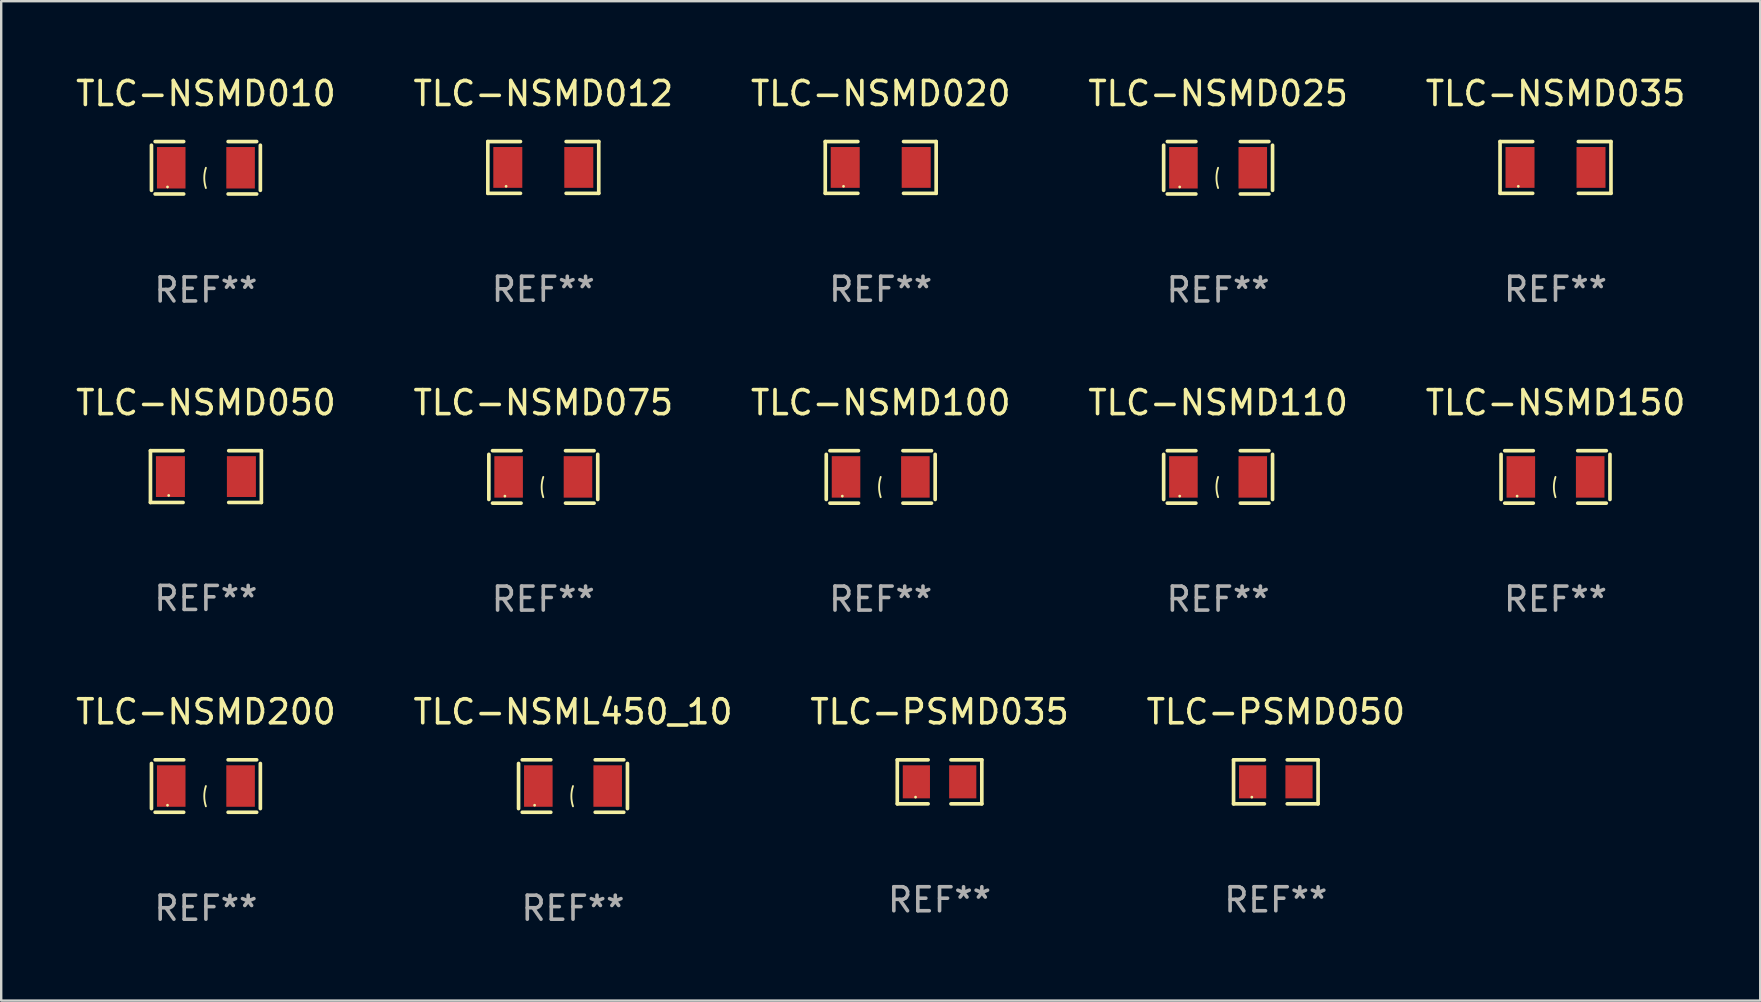
<source format=kicad_pcb>
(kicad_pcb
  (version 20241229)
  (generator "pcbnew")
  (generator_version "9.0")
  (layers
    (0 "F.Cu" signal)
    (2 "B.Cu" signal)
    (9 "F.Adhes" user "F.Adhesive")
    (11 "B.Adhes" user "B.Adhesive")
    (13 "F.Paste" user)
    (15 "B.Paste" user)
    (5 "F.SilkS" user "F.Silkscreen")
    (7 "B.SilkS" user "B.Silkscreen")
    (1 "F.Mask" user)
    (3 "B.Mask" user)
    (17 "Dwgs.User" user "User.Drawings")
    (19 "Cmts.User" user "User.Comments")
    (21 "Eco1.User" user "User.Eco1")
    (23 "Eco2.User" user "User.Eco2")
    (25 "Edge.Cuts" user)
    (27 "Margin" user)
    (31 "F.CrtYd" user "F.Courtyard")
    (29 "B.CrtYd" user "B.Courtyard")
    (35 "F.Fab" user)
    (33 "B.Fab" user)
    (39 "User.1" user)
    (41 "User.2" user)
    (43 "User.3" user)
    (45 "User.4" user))
  (footprint "TLC-PSMD035"
    (layer "F.Cu")
    (at 36.101 29.529)
    (property "Reference" "TLC-PSMD035" (at 0 -2.917 0) (layer "F.SilkS") (effects (font (size 1 1) (thickness 0.15))))
    (attr through_hole)
    (fp_line (start -1.761 -0.917) (end -0.476 -0.917) (stroke (width 0.152) (type solid)) (layer "F.SilkS"))
    (fp_line (start -1.761 0.917) (end -1.761 -0.917) (stroke (width 0.152) (type solid)) (layer "F.SilkS"))
    (fp_line (start -0.476 0.917) (end -1.761 0.917) (stroke (width 0.152) (type solid)) (layer "F.SilkS"))
    (fp_line (start 0.476 0.917) (end 1.761 0.917) (stroke (width 0.152) (type solid)) (layer "F.SilkS"))
    (fp_line (start 1.761 -0.917) (end 0.476 -0.917) (stroke (width 0.152) (type solid)) (layer "F.SilkS"))
    (fp_line (start 1.761 0.917) (end 1.761 -0.917) (stroke (width 0.152) (type solid)) (layer "F.SilkS"))
    (fp_circle (center -1 0.638) (end -0.97 0.638) (stroke (width 0.06) (type solid)) (fill no) (layer "F.SilkS"))
    (fp_text user "REF**" (at 0 4.917 0) (layer "F.Fab") (effects (font (size 1 1) (thickness 0.15))))
    (pad "1" smd rect (at -0.966 0) (size 1.133 1.377) (layers "F.Cu" "F.Mask" "F.Paste"))
    (pad "2" smd rect (at 0.966 0) (size 1.133 1.377) (layers "F.Cu" "F.Mask" "F.Paste")))
  (footprint "TLC-NSMD050"
    (layer "F.Cu")
    (at 5.53 16.809)
    (property "Reference" "TLC-NSMD050" (at 0 -3.079 0) (layer "F.SilkS") (effects (font (size 1 1) (thickness 0.15))))
    (attr through_hole)
    (fp_line (start -2.311 -1.079) (end -0.951 -1.079) (stroke (width 0.152) (type solid)) (layer "F.SilkS"))
    (fp_line (start -2.311 1.079) (end -2.311 -1.079) (stroke (width 0.152) (type solid)) (layer "F.SilkS"))
    (fp_line (start -0.951 1.079) (end -2.311 1.079) (stroke (width 0.152) (type solid)) (layer "F.SilkS"))
    (fp_line (start 0.951 1.079) (end 2.311 1.079) (stroke (width 0.152) (type solid)) (layer "F.SilkS"))
    (fp_line (start 2.311 -1.079) (end 0.951 -1.079) (stroke (width 0.152) (type solid)) (layer "F.SilkS"))
    (fp_line (start 2.311 1.079) (end 2.311 -1.079) (stroke (width 0.152) (type solid)) (layer "F.SilkS"))
    (fp_circle (center -1.55 0.787) (end -1.52 0.787) (stroke (width 0.06) (type solid)) (fill no) (layer "F.SilkS"))
    (fp_text user "REF**" (at 0 5.079 0) (layer "F.Fab") (effects (font (size 1 1) (thickness 0.15))))
    (pad "1" smd rect (at -1.479 0) (size 1.208 1.701) (layers "F.Cu" "F.Mask" "F.Paste"))
    (pad "2" smd rect (at 1.479 0) (size 1.208 1.701) (layers "F.Cu" "F.Mask" "F.Paste")))
  (footprint "TLC-NSMD012"
    (layer "F.Cu")
    (at 19.589 3.927)
    (property "Reference" "TLC-NSMD012" (at 0 -3.079 0) (layer "F.SilkS") (effects (font (size 1 1) (thickness 0.15))))
    (attr through_hole)
    (fp_line (start -2.311 -1.079) (end -0.951 -1.079) (stroke (width 0.152) (type solid)) (layer "F.SilkS"))
    (fp_line (start -2.311 1.079) (end -2.311 -1.079) (stroke (width 0.152) (type solid)) (layer "F.SilkS"))
    (fp_line (start -0.951 1.079) (end -2.311 1.079) (stroke (width 0.152) (type solid)) (layer "F.SilkS"))
    (fp_line (start 0.951 1.079) (end 2.311 1.079) (stroke (width 0.152) (type solid)) (layer "F.SilkS"))
    (fp_line (start 2.311 -1.079) (end 0.951 -1.079) (stroke (width 0.152) (type solid)) (layer "F.SilkS"))
    (fp_line (start 2.311 1.079) (end 2.311 -1.079) (stroke (width 0.152) (type solid)) (layer "F.SilkS"))
    (fp_circle (center -1.55 0.787) (end -1.52 0.787) (stroke (width 0.06) (type solid)) (fill no) (layer "F.SilkS"))
    (fp_text user "REF**" (at 0 5.079 0) (layer "F.Fab") (effects (font (size 1 1) (thickness 0.15))))
    (pad "1" smd rect (at -1.479 0) (size 1.208 1.701) (layers "F.Cu" "F.Mask" "F.Paste"))
    (pad "2" smd rect (at 1.479 0) (size 1.208 1.701) (layers "F.Cu" "F.Mask" "F.Paste")))
  (footprint "TLC-NSMD035"
    (layer "F.Cu")
    (at 61.768 3.927)
    (property "Reference" "TLC-NSMD035" (at 0 -3.079 0) (layer "F.SilkS") (effects (font (size 1 1) (thickness 0.15))))
    (attr through_hole)
    (fp_line (start -2.311 -1.079) (end -0.951 -1.079) (stroke (width 0.152) (type solid)) (layer "F.SilkS"))
    (fp_line (start -2.311 1.079) (end -2.311 -1.079) (stroke (width 0.152) (type solid)) (layer "F.SilkS"))
    (fp_line (start -0.951 1.079) (end -2.311 1.079) (stroke (width 0.152) (type solid)) (layer "F.SilkS"))
    (fp_line (start 0.951 1.079) (end 2.311 1.079) (stroke (width 0.152) (type solid)) (layer "F.SilkS"))
    (fp_line (start 2.311 -1.079) (end 0.951 -1.079) (stroke (width 0.152) (type solid)) (layer "F.SilkS"))
    (fp_line (start 2.311 1.079) (end 2.311 -1.079) (stroke (width 0.152) (type solid)) (layer "F.SilkS"))
    (fp_circle (center -1.55 0.787) (end -1.52 0.787) (stroke (width 0.06) (type solid)) (fill no) (layer "F.SilkS"))
    (fp_text user "REF**" (at 0 5.079 0) (layer "F.Fab") (effects (font (size 1 1) (thickness 0.15))))
    (pad "1" smd rect (at -1.479 0) (size 1.208 1.701) (layers "F.Cu" "F.Mask" "F.Paste"))
    (pad "2" smd rect (at 1.479 0) (size 1.208 1.701) (layers "F.Cu" "F.Mask" "F.Paste")))
  (footprint "TLC-NSMD075"
    (layer "F.Cu")
    (at 19.589 16.823)
    (property "Reference" "TLC-NSMD075" (at 0 -3.093 0) (layer "F.SilkS") (effects (font (size 1 1) (thickness 0.15))))
    (attr through_hole)
    (fp_line (start -2.269 -0.94) (end -2.269 0.94) (stroke (width 0.152) (type solid)) (layer "F.SilkS"))
    (fp_line (start -2.116 1.093) (end -0.926 1.093) (stroke (width 0.152) (type solid)) (layer "F.SilkS"))
    (fp_line (start -0.926 -1.093) (end -2.116 -1.093) (stroke (width 0.152) (type solid)) (layer "F.SilkS"))
    (fp_line (start 0.926 -1.093) (end 2.116 -1.093) (stroke (width 0.152) (type solid)) (layer "F.SilkS"))
    (fp_line (start 2.116 1.093) (end 0.926 1.093) (stroke (width 0.152) (type solid)) (layer "F.SilkS"))
    (fp_line (start 2.269 -0.94) (end 2.269 0.94) (stroke (width 0.152) (type solid)) (layer "F.SilkS"))
    (fp_arc (start 0 0.844951) (mid -0.068559 0.422475) (end 0 0) (stroke (width 0.0762) (type solid)) (layer "F.SilkS"))
    (fp_circle (center -1.6 0.8) (end -1.57 0.8) (stroke (width 0.06) (type solid)) (fill no) (layer "F.SilkS"))
    (fp_text user "REF**" (at 0 5.093 0) (layer "F.Fab") (effects (font (size 1 1) (thickness 0.15))))
    (pad "1" smd rect (at -1.445 0) (size 1.19 1.728) (layers "F.Cu" "F.Mask" "F.Paste"))
    (pad "2" smd rect (at 1.445 0) (size 1.19 1.728) (layers "F.Cu" "F.Mask" "F.Paste")))
  (footprint "TLC-NSMD200"
    (layer "F.Cu")
    (at 5.53 29.704)
    (property "Reference" "TLC-NSMD200" (at 0 -3.093 0) (layer "F.SilkS") (effects (font (size 1 1) (thickness 0.15))))
    (attr through_hole)
    (fp_line (start -2.269 -0.94) (end -2.269 0.94) (stroke (width 0.152) (type solid)) (layer "F.SilkS"))
    (fp_line (start -2.116 1.093) (end -0.926 1.093) (stroke (width 0.152) (type solid)) (layer "F.SilkS"))
    (fp_line (start -0.926 -1.093) (end -2.116 -1.093) (stroke (width 0.152) (type solid)) (layer "F.SilkS"))
    (fp_line (start 0.926 -1.093) (end 2.116 -1.093) (stroke (width 0.152) (type solid)) (layer "F.SilkS"))
    (fp_line (start 2.116 1.093) (end 0.926 1.093) (stroke (width 0.152) (type solid)) (layer "F.SilkS"))
    (fp_line (start 2.269 -0.94) (end 2.269 0.94) (stroke (width 0.152) (type solid)) (layer "F.SilkS"))
    (fp_arc (start 0 0.844951) (mid -0.068559 0.422475) (end 0 0) (stroke (width 0.0762) (type solid)) (layer "F.SilkS"))
    (fp_circle (center -1.6 0.8) (end -1.57 0.8) (stroke (width 0.06) (type solid)) (fill no) (layer "F.SilkS"))
    (fp_text user "REF**" (at 0 5.093 0) (layer "F.Fab") (effects (font (size 1 1) (thickness 0.15))))
    (pad "1" smd rect (at -1.445 0) (size 1.19 1.728) (layers "F.Cu" "F.Mask" "F.Paste"))
    (pad "2" smd rect (at 1.445 0) (size 1.19 1.728) (layers "F.Cu" "F.Mask" "F.Paste")))
  (footprint "TLC-NSMD110"
    (layer "F.Cu")
    (at 47.708 16.823)
    (property "Reference" "TLC-NSMD110" (at 0 -3.093 0) (layer "F.SilkS") (effects (font (size 1 1) (thickness 0.15))))
    (attr through_hole)
    (fp_line (start -2.269 -0.94) (end -2.269 0.94) (stroke (width 0.152) (type solid)) (layer "F.SilkS"))
    (fp_line (start -2.116 1.093) (end -0.926 1.093) (stroke (width 0.152) (type solid)) (layer "F.SilkS"))
    (fp_line (start -0.926 -1.093) (end -2.116 -1.093) (stroke (width 0.152) (type solid)) (layer "F.SilkS"))
    (fp_line (start 0.926 -1.093) (end 2.116 -1.093) (stroke (width 0.152) (type solid)) (layer "F.SilkS"))
    (fp_line (start 2.116 1.093) (end 0.926 1.093) (stroke (width 0.152) (type solid)) (layer "F.SilkS"))
    (fp_line (start 2.269 -0.94) (end 2.269 0.94) (stroke (width 0.152) (type solid)) (layer "F.SilkS"))
    (fp_arc (start 0 0.844951) (mid -0.068559 0.422475) (end 0 0) (stroke (width 0.0762) (type solid)) (layer "F.SilkS"))
    (fp_circle (center -1.6 0.8) (end -1.57 0.8) (stroke (width 0.06) (type solid)) (fill no) (layer "F.SilkS"))
    (fp_text user "REF**" (at 0 5.093 0) (layer "F.Fab") (effects (font (size 1 1) (thickness 0.15))))
    (pad "1" smd rect (at -1.445 0) (size 1.19 1.728) (layers "F.Cu" "F.Mask" "F.Paste"))
    (pad "2" smd rect (at 1.445 0) (size 1.19 1.728) (layers "F.Cu" "F.Mask" "F.Paste")))
  (footprint "TLC-NSMD025"
    (layer "F.Cu")
    (at 47.708 3.941)
    (property "Reference" "TLC-NSMD025" (at 0 -3.093 0) (layer "F.SilkS") (effects (font (size 1 1) (thickness 0.15))))
    (attr through_hole)
    (fp_line (start -2.269 -0.94) (end -2.269 0.94) (stroke (width 0.152) (type solid)) (layer "F.SilkS"))
    (fp_line (start -2.116 1.093) (end -0.926 1.093) (stroke (width 0.152) (type solid)) (layer "F.SilkS"))
    (fp_line (start -0.926 -1.093) (end -2.116 -1.093) (stroke (width 0.152) (type solid)) (layer "F.SilkS"))
    (fp_line (start 0.926 -1.093) (end 2.116 -1.093) (stroke (width 0.152) (type solid)) (layer "F.SilkS"))
    (fp_line (start 2.116 1.093) (end 0.926 1.093) (stroke (width 0.152) (type solid)) (layer "F.SilkS"))
    (fp_line (start 2.269 -0.94) (end 2.269 0.94) (stroke (width 0.152) (type solid)) (layer "F.SilkS"))
    (fp_arc (start 0 0.844951) (mid -0.068559 0.422475) (end 0 0) (stroke (width 0.0762) (type solid)) (layer "F.SilkS"))
    (fp_circle (center -1.6 0.8) (end -1.57 0.8) (stroke (width 0.06) (type solid)) (fill no) (layer "F.SilkS"))
    (fp_text user "REF**" (at 0 5.093 0) (layer "F.Fab") (effects (font (size 1 1) (thickness 0.15))))
    (pad "1" smd rect (at -1.445 0) (size 1.19 1.728) (layers "F.Cu" "F.Mask" "F.Paste"))
    (pad "2" smd rect (at 1.445 0) (size 1.19 1.728) (layers "F.Cu" "F.Mask" "F.Paste")))
  (footprint "TLC-NSMD020"
    (layer "F.Cu")
    (at 33.649 3.927)
    (property "Reference" "TLC-NSMD020" (at 0 -3.079 0) (layer "F.SilkS") (effects (font (size 1 1) (thickness 0.15))))
    (attr through_hole)
    (fp_line (start -2.311 -1.079) (end -0.951 -1.079) (stroke (width 0.152) (type solid)) (layer "F.SilkS"))
    (fp_line (start -2.311 1.079) (end -2.311 -1.079) (stroke (width 0.152) (type solid)) (layer "F.SilkS"))
    (fp_line (start -0.951 1.079) (end -2.311 1.079) (stroke (width 0.152) (type solid)) (layer "F.SilkS"))
    (fp_line (start 0.951 1.079) (end 2.311 1.079) (stroke (width 0.152) (type solid)) (layer "F.SilkS"))
    (fp_line (start 2.311 -1.079) (end 0.951 -1.079) (stroke (width 0.152) (type solid)) (layer "F.SilkS"))
    (fp_line (start 2.311 1.079) (end 2.311 -1.079) (stroke (width 0.152) (type solid)) (layer "F.SilkS"))
    (fp_circle (center -1.55 0.787) (end -1.52 0.787) (stroke (width 0.06) (type solid)) (fill no) (layer "F.SilkS"))
    (fp_text user "REF**" (at 0 5.079 0) (layer "F.Fab") (effects (font (size 1 1) (thickness 0.15))))
    (pad "1" smd rect (at -1.479 0) (size 1.208 1.701) (layers "F.Cu" "F.Mask" "F.Paste"))
    (pad "2" smd rect (at 1.479 0) (size 1.208 1.701) (layers "F.Cu" "F.Mask" "F.Paste")))
  (footprint "TLC-NSMD150"
    (layer "F.Cu")
    (at 61.768 16.823)
    (property "Reference" "TLC-NSMD150" (at 0 -3.093 0) (layer "F.SilkS") (effects (font (size 1 1) (thickness 0.15))))
    (attr through_hole)
    (fp_line (start -2.269 -0.94) (end -2.269 0.94) (stroke (width 0.152) (type solid)) (layer "F.SilkS"))
    (fp_line (start -2.116 1.093) (end -0.926 1.093) (stroke (width 0.152) (type solid)) (layer "F.SilkS"))
    (fp_line (start -0.926 -1.093) (end -2.116 -1.093) (stroke (width 0.152) (type solid)) (layer "F.SilkS"))
    (fp_line (start 0.926 -1.093) (end 2.116 -1.093) (stroke (width 0.152) (type solid)) (layer "F.SilkS"))
    (fp_line (start 2.116 1.093) (end 0.926 1.093) (stroke (width 0.152) (type solid)) (layer "F.SilkS"))
    (fp_line (start 2.269 -0.94) (end 2.269 0.94) (stroke (width 0.152) (type solid)) (layer "F.SilkS"))
    (fp_arc (start 0 0.844951) (mid -0.068559 0.422475) (end 0 0) (stroke (width 0.0762) (type solid)) (layer "F.SilkS"))
    (fp_circle (center -1.6 0.8) (end -1.57 0.8) (stroke (width 0.06) (type solid)) (fill no) (layer "F.SilkS"))
    (fp_text user "REF**" (at 0 5.093 0) (layer "F.Fab") (effects (font (size 1 1) (thickness 0.15))))
    (pad "1" smd rect (at -1.445 0) (size 1.19 1.728) (layers "F.Cu" "F.Mask" "F.Paste"))
    (pad "2" smd rect (at 1.445 0) (size 1.19 1.728) (layers "F.Cu" "F.Mask" "F.Paste")))
  (footprint "TLC-NSML450_10"
    (layer "F.Cu")
    (at 20.827 29.704)
    (property "Reference" "TLC-NSML450_10" (at 0 -3.093 0) (layer "F.SilkS") (effects (font (size 1 1) (thickness 0.15))))
    (attr through_hole)
    (fp_line (start -2.269 -0.94) (end -2.269 0.94) (stroke (width 0.152) (type solid)) (layer "F.SilkS"))
    (fp_line (start -2.116 1.093) (end -0.926 1.093) (stroke (width 0.152) (type solid)) (layer "F.SilkS"))
    (fp_line (start -0.926 -1.093) (end -2.116 -1.093) (stroke (width 0.152) (type solid)) (layer "F.SilkS"))
    (fp_line (start 0.926 -1.093) (end 2.116 -1.093) (stroke (width 0.152) (type solid)) (layer "F.SilkS"))
    (fp_line (start 2.116 1.093) (end 0.926 1.093) (stroke (width 0.152) (type solid)) (layer "F.SilkS"))
    (fp_line (start 2.269 -0.94) (end 2.269 0.94) (stroke (width 0.152) (type solid)) (layer "F.SilkS"))
    (fp_arc (start 0 0.844951) (mid -0.068559 0.422475) (end 0 0) (stroke (width 0.0762) (type solid)) (layer "F.SilkS"))
    (fp_circle (center -1.6 0.8) (end -1.57 0.8) (stroke (width 0.06) (type solid)) (fill no) (layer "F.SilkS"))
    (fp_text user "REF**" (at 0 5.093 0) (layer "F.Fab") (effects (font (size 1 1) (thickness 0.15))))
    (pad "1" smd rect (at -1.445 0) (size 1.19 1.728) (layers "F.Cu" "F.Mask" "F.Paste"))
    (pad "2" smd rect (at 1.445 0) (size 1.19 1.728) (layers "F.Cu" "F.Mask" "F.Paste")))
  (footprint "TLC-PSMD050"
    (layer "F.Cu")
    (at 50.113 29.529)
    (property "Reference" "TLC-PSMD050" (at 0 -2.917 0) (layer "F.SilkS") (effects (font (size 1 1) (thickness 0.15))))
    (attr through_hole)
    (fp_line (start -1.761 -0.917) (end -0.476 -0.917) (stroke (width 0.152) (type solid)) (layer "F.SilkS"))
    (fp_line (start -1.761 0.917) (end -1.761 -0.917) (stroke (width 0.152) (type solid)) (layer "F.SilkS"))
    (fp_line (start -0.476 0.917) (end -1.761 0.917) (stroke (width 0.152) (type solid)) (layer "F.SilkS"))
    (fp_line (start 0.476 0.917) (end 1.761 0.917) (stroke (width 0.152) (type solid)) (layer "F.SilkS"))
    (fp_line (start 1.761 -0.917) (end 0.476 -0.917) (stroke (width 0.152) (type solid)) (layer "F.SilkS"))
    (fp_line (start 1.761 0.917) (end 1.761 -0.917) (stroke (width 0.152) (type solid)) (layer "F.SilkS"))
    (fp_circle (center -1 0.638) (end -0.97 0.638) (stroke (width 0.06) (type solid)) (fill no) (layer "F.SilkS"))
    (fp_text user "REF**" (at 0 4.917 0) (layer "F.Fab") (effects (font (size 1 1) (thickness 0.15))))
    (pad "1" smd rect (at -0.966 0) (size 1.133 1.377) (layers "F.Cu" "F.Mask" "F.Paste"))
    (pad "2" smd rect (at 0.966 0) (size 1.133 1.377) (layers "F.Cu" "F.Mask" "F.Paste")))
  (footprint "TLC-NSMD100"
    (layer "F.Cu")
    (at 33.649 16.823)
    (property "Reference" "TLC-NSMD100" (at 0 -3.093 0) (layer "F.SilkS") (effects (font (size 1 1) (thickness 0.15))))
    (attr through_hole)
    (fp_line (start -2.269 -0.94) (end -2.269 0.94) (stroke (width 0.152) (type solid)) (layer "F.SilkS"))
    (fp_line (start -2.116 1.093) (end -0.926 1.093) (stroke (width 0.152) (type solid)) (layer "F.SilkS"))
    (fp_line (start -0.926 -1.093) (end -2.116 -1.093) (stroke (width 0.152) (type solid)) (layer "F.SilkS"))
    (fp_line (start 0.926 -1.093) (end 2.116 -1.093) (stroke (width 0.152) (type solid)) (layer "F.SilkS"))
    (fp_line (start 2.116 1.093) (end 0.926 1.093) (stroke (width 0.152) (type solid)) (layer "F.SilkS"))
    (fp_line (start 2.269 -0.94) (end 2.269 0.94) (stroke (width 0.152) (type solid)) (layer "F.SilkS"))
    (fp_arc (start 0 0.844951) (mid -0.068559 0.422475) (end 0 0) (stroke (width 0.0762) (type solid)) (layer "F.SilkS"))
    (fp_circle (center -1.6 0.8) (end -1.57 0.8) (stroke (width 0.06) (type solid)) (fill no) (layer "F.SilkS"))
    (fp_text user "REF**" (at 0 5.093 0) (layer "F.Fab") (effects (font (size 1 1) (thickness 0.15))))
    (pad "1" smd rect (at -1.445 0) (size 1.19 1.728) (layers "F.Cu" "F.Mask" "F.Paste"))
    (pad "2" smd rect (at 1.445 0) (size 1.19 1.728) (layers "F.Cu" "F.Mask" "F.Paste")))
  (footprint "TLC-NSMD010"
    (layer "F.Cu")
    (at 5.53 3.941)
    (property "Reference" "TLC-NSMD010" (at 0 -3.093 0) (layer "F.SilkS") (effects (font (size 1 1) (thickness 0.15))))
    (attr through_hole)
    (fp_line (start -2.269 -0.94) (end -2.269 0.94) (stroke (width 0.152) (type solid)) (layer "F.SilkS"))
    (fp_line (start -2.116 1.093) (end -0.926 1.093) (stroke (width 0.152) (type solid)) (layer "F.SilkS"))
    (fp_line (start -0.926 -1.093) (end -2.116 -1.093) (stroke (width 0.152) (type solid)) (layer "F.SilkS"))
    (fp_line (start 0.926 -1.093) (end 2.116 -1.093) (stroke (width 0.152) (type solid)) (layer "F.SilkS"))
    (fp_line (start 2.116 1.093) (end 0.926 1.093) (stroke (width 0.152) (type solid)) (layer "F.SilkS"))
    (fp_line (start 2.269 -0.94) (end 2.269 0.94) (stroke (width 0.152) (type solid)) (layer "F.SilkS"))
    (fp_arc (start 0 0.844951) (mid -0.068559 0.422475) (end 0 0) (stroke (width 0.0762) (type solid)) (layer "F.SilkS"))
    (fp_circle (center -1.6 0.8) (end -1.57 0.8) (stroke (width 0.06) (type solid)) (fill no) (layer "F.SilkS"))
    (fp_text user "REF**" (at 0 5.093 0) (layer "F.Fab") (effects (font (size 1 1) (thickness 0.15))))
    (pad "1" smd rect (at -1.445 0) (size 1.19 1.728) (layers "F.Cu" "F.Mask" "F.Paste"))
    (pad "2" smd rect (at 1.445 0) (size 1.19 1.728) (layers "F.Cu" "F.Mask" "F.Paste")))
  (gr_rect
    (start -3 -3)
    (end 70.298 38.645)
    (stroke (width 0.1) (type default))
    (fill no)
    (layer "Edge.Cuts")))
</source>
